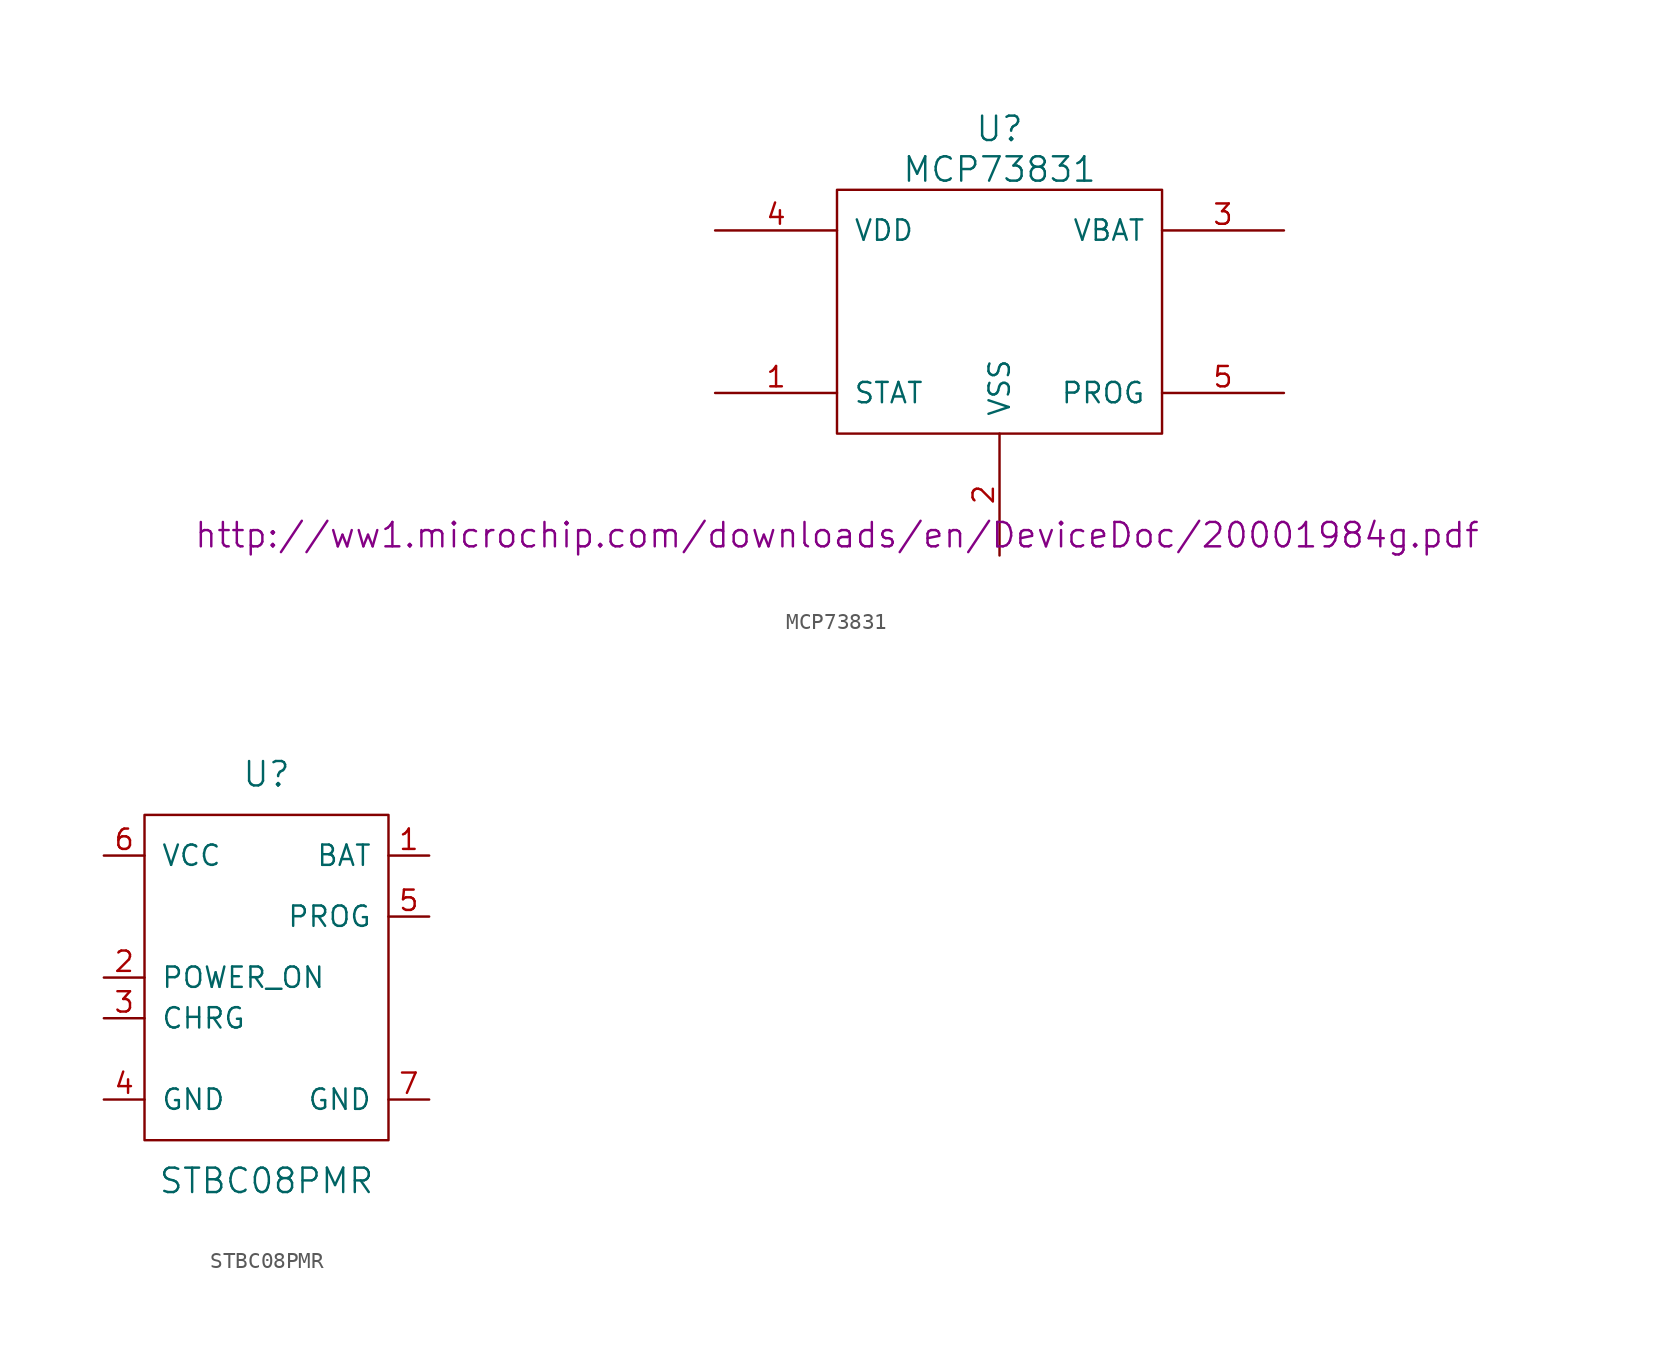
<source format=kicad_sym>
(kicad_symbol_lib
  (version 20201005)
  (generator kicad_symbol_editor)
  (symbol "MCP73831"
    (pin_names
      (offset 1.016))
    (property "Reference" "U"
      (at 0 11.43 0)
      (effects (font (size 1.524 1.524))))
    (property "Value" "MCP73831"
      (at 0 8.89 0)
      (effects (font (size 1.524 1.524))))
    (property "Datasheet" "http://ww1.microchip.com/downloads/en/DeviceDoc/20001984g.pdf"
      (at -10.16 -13.97 0)
      (effects (font (size 1.524 1.524))))
    (symbol "MCP73831_0_1"
      (rectangle (start 10.16 7.62) (end -10.16 -7.62) (stroke (width 0)) (fill (type none))))
    (symbol "MCP73831_1_1"
      (pin passive line (at -17.78 -5.08 0) (length 7.62) (name "STAT" (effects (font (size 1.27 1.27)))) (number "1" (effects (font (size 1.27 1.27)))))
      (pin power_in line (at 0 -15.24 90) (length 7.62) (name "VSS" (effects (font (size 1.27 1.27)))) (number "2" (effects (font (size 1.27 1.27)))))
      (pin power_out line (at 17.78 5.08 180) (length 7.62) (name "VBAT" (effects (font (size 1.27 1.27)))) (number "3" (effects (font (size 1.27 1.27)))))
      (pin power_in line (at -17.78 5.08 0) (length 7.62) (name "VDD" (effects (font (size 1.27 1.27)))) (number "4" (effects (font (size 1.27 1.27)))))
      (pin passive line (at 17.78 -5.08 180) (length 7.62) (name "PROG" (effects (font (size 1.27 1.27)))) (number "5" (effects (font (size 1.27 1.27)))))))
  (symbol "STBC08PMR"
    (pin_names
      (offset 1.016))
    (property "Reference" "U"
      (at 0 12.7 0)
      (effects (font (size 1.524 1.524))))
    (property "Value" "STBC08PMR"
      (at 0 -12.7 0)
      (effects (font (size 1.524 1.524))))
    (symbol "STBC08PMR_0_1"
      (rectangle (start -7.62 10.16) (end 7.62 -10.16) (stroke (width 0)) (fill (type none))))
    (symbol "STBC08PMR_1_1"
      (pin power_out line (at 10.16 7.62 180) (length 2.54) (name "BAT" (effects (font (size 1.27 1.27)))) (number "1" (effects (font (size 1.27 1.27)))))
      (pin open_collector line (at -10.16 0 0) (length 2.54) (name "POWER_ON" (effects (font (size 1.27 1.27)))) (number "2" (effects (font (size 1.27 1.27)))))
      (pin open_collector line (at -10.16 -2.54 0) (length 2.54) (name "CHRG" (effects (font (size 1.27 1.27)))) (number "3" (effects (font (size 1.27 1.27)))))
      (pin power_in line (at -10.16 -7.62 0) (length 2.54) (name "GND" (effects (font (size 1.27 1.27)))) (number "4" (effects (font (size 1.27 1.27)))))
      (pin passive line (at 10.16 3.81 180) (length 2.54) (name "PROG" (effects (font (size 1.27 1.27)))) (number "5" (effects (font (size 1.27 1.27)))))
      (pin power_out line (at -10.16 7.62 0) (length 2.54) (name "VCC" (effects (font (size 1.27 1.27)))) (number "6" (effects (font (size 1.27 1.27)))))
      (pin power_in line (at 10.16 -7.62 180) (length 2.54) (name "GND" (effects (font (size 1.27 1.27)))) (number "7" (effects (font (size 1.27 1.27))))))))
</source>
